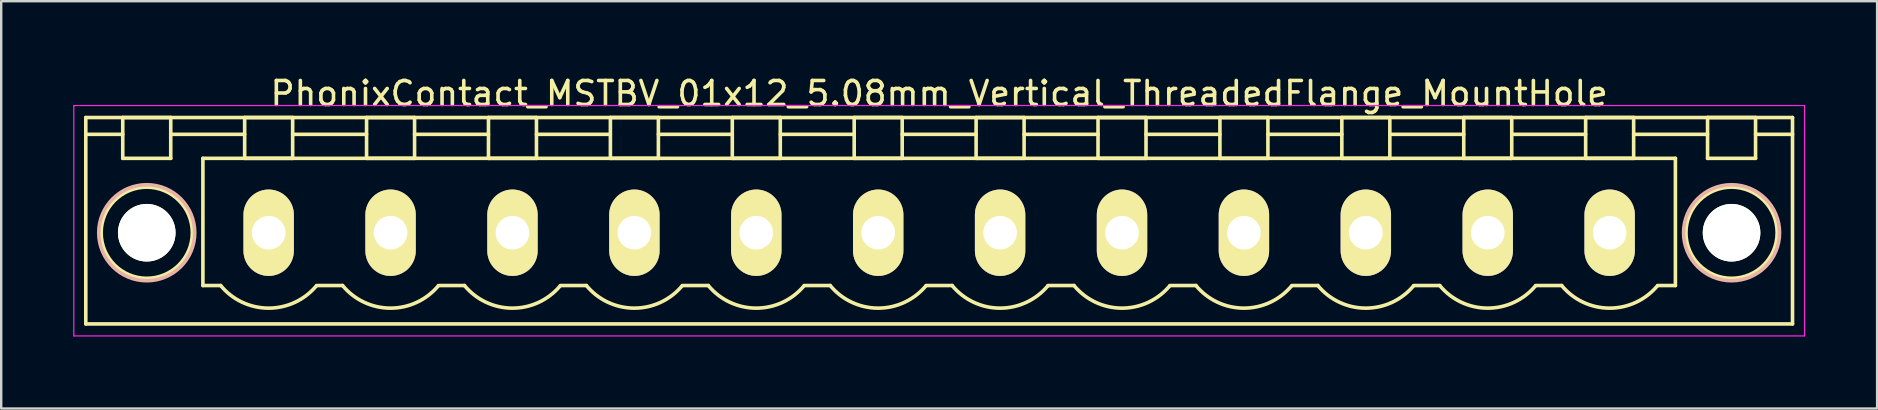
<source format=kicad_pcb>
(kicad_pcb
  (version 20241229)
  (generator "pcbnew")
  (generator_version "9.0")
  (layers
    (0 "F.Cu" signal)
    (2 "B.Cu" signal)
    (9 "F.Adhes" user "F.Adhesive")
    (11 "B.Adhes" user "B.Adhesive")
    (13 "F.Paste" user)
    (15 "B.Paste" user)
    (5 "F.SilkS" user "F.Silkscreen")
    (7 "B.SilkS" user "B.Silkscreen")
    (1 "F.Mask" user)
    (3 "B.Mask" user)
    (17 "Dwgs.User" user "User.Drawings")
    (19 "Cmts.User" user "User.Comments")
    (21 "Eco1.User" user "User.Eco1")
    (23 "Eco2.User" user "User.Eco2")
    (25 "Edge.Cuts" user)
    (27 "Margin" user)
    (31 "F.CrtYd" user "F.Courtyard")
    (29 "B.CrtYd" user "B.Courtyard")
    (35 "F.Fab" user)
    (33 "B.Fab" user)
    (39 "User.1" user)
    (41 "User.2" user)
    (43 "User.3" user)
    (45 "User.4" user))
  (footprint "PhonixContact_MSTBV_01x12_5.08mm_Vertical_ThreadedFlange_MountHole"
    (layer "F.Cu")
    (at 8.145 6.648)
    (property "Reference" "PhonixContact_MSTBV_01x12_5.08mm_Vertical_ThreadedFlange_MountHole" (at 27.94 -5.8 0) (layer "F.SilkS") (effects (font (size 1 1) (thickness 0.15))))
    (attr through_hole)
    (fp_line (start -7.62 -4.8) (end -7.62 3.8) (stroke (width 0.15) (type solid)) (layer "F.SilkS"))
    (fp_line (start -7.62 -4.1) (end -6.08 -4.1) (stroke (width 0.15) (type solid)) (layer "F.SilkS"))
    (fp_line (start -7.62 3.8) (end 63.5 3.8) (stroke (width 0.15) (type solid)) (layer "F.SilkS"))
    (fp_line (start -6.08 -4.8) (end -4.08 -4.8) (stroke (width 0.15) (type solid)) (layer "F.SilkS"))
    (fp_line (start -6.08 -3.1) (end -6.08 -4.8) (stroke (width 0.15) (type solid)) (layer "F.SilkS"))
    (fp_line (start -4.08 -4.8) (end -4.08 -3.1) (stroke (width 0.15) (type solid)) (layer "F.SilkS"))
    (fp_line (start -4.08 -4.1) (end -1 -4.1) (stroke (width 0.15) (type solid)) (layer "F.SilkS"))
    (fp_line (start -4.08 -3.1) (end -6.08 -3.1) (stroke (width 0.15) (type solid)) (layer "F.SilkS"))
    (fp_line (start -2.74 -3.1) (end 58.62 -3.1) (stroke (width 0.15) (type solid)) (layer "F.SilkS"))
    (fp_line (start -2.74 2.2) (end -2.74 -3.1) (stroke (width 0.15) (type solid)) (layer "F.SilkS"))
    (fp_line (start -2 2.2) (end -2.74 2.2) (stroke (width 0.15) (type solid)) (layer "F.SilkS"))
    (fp_line (start -1 -4.8) (end 1 -4.8) (stroke (width 0.15) (type solid)) (layer "F.SilkS"))
    (fp_line (start -1 -3.1) (end -1 -4.8) (stroke (width 0.15) (type solid)) (layer "F.SilkS"))
    (fp_line (start 1 -4.8) (end 1 -3.1) (stroke (width 0.15) (type solid)) (layer "F.SilkS"))
    (fp_line (start 1 -4.1) (end 4.08 -4.1) (stroke (width 0.15) (type solid)) (layer "F.SilkS"))
    (fp_line (start 1 -3.1) (end -1 -3.1) (stroke (width 0.15) (type solid)) (layer "F.SilkS"))
    (fp_line (start 2 2.2) (end 3.08 2.2) (stroke (width 0.15) (type solid)) (layer "F.SilkS"))
    (fp_line (start 4.08 -4.8) (end 6.08 -4.8) (stroke (width 0.15) (type solid)) (layer "F.SilkS"))
    (fp_line (start 4.08 -3.1) (end 4.08 -4.8) (stroke (width 0.15) (type solid)) (layer "F.SilkS"))
    (fp_line (start 6.08 -4.8) (end 6.08 -3.1) (stroke (width 0.15) (type solid)) (layer "F.SilkS"))
    (fp_line (start 6.08 -4.1) (end 9.16 -4.1) (stroke (width 0.15) (type solid)) (layer "F.SilkS"))
    (fp_line (start 6.08 -3.1) (end 4.08 -3.1) (stroke (width 0.15) (type solid)) (layer "F.SilkS"))
    (fp_line (start 7.08 2.2) (end 8.16 2.2) (stroke (width 0.15) (type solid)) (layer "F.SilkS"))
    (fp_line (start 9.16 -4.8) (end 11.16 -4.8) (stroke (width 0.15) (type solid)) (layer "F.SilkS"))
    (fp_line (start 9.16 -3.1) (end 9.16 -4.8) (stroke (width 0.15) (type solid)) (layer "F.SilkS"))
    (fp_line (start 11.16 -4.8) (end 11.16 -3.1) (stroke (width 0.15) (type solid)) (layer "F.SilkS"))
    (fp_line (start 11.16 -4.1) (end 14.24 -4.1) (stroke (width 0.15) (type solid)) (layer "F.SilkS"))
    (fp_line (start 11.16 -3.1) (end 9.16 -3.1) (stroke (width 0.15) (type solid)) (layer "F.SilkS"))
    (fp_line (start 12.16 2.2) (end 13.24 2.2) (stroke (width 0.15) (type solid)) (layer "F.SilkS"))
    (fp_line (start 14.24 -4.8) (end 16.24 -4.8) (stroke (width 0.15) (type solid)) (layer "F.SilkS"))
    (fp_line (start 14.24 -3.1) (end 14.24 -4.8) (stroke (width 0.15) (type solid)) (layer "F.SilkS"))
    (fp_line (start 16.24 -4.8) (end 16.24 -3.1) (stroke (width 0.15) (type solid)) (layer "F.SilkS"))
    (fp_line (start 16.24 -4.1) (end 19.32 -4.1) (stroke (width 0.15) (type solid)) (layer "F.SilkS"))
    (fp_line (start 16.24 -3.1) (end 14.24 -3.1) (stroke (width 0.15) (type solid)) (layer "F.SilkS"))
    (fp_line (start 17.24 2.2) (end 18.32 2.2) (stroke (width 0.15) (type solid)) (layer "F.SilkS"))
    (fp_line (start 19.32 -4.8) (end 21.32 -4.8) (stroke (width 0.15) (type solid)) (layer "F.SilkS"))
    (fp_line (start 19.32 -3.1) (end 19.32 -4.8) (stroke (width 0.15) (type solid)) (layer "F.SilkS"))
    (fp_line (start 21.32 -4.8) (end 21.32 -3.1) (stroke (width 0.15) (type solid)) (layer "F.SilkS"))
    (fp_line (start 21.32 -4.1) (end 24.4 -4.1) (stroke (width 0.15) (type solid)) (layer "F.SilkS"))
    (fp_line (start 21.32 -3.1) (end 19.32 -3.1) (stroke (width 0.15) (type solid)) (layer "F.SilkS"))
    (fp_line (start 22.32 2.2) (end 23.4 2.2) (stroke (width 0.15) (type solid)) (layer "F.SilkS"))
    (fp_line (start 24.4 -4.8) (end 26.4 -4.8) (stroke (width 0.15) (type solid)) (layer "F.SilkS"))
    (fp_line (start 24.4 -3.1) (end 24.4 -4.8) (stroke (width 0.15) (type solid)) (layer "F.SilkS"))
    (fp_line (start 26.4 -4.8) (end 26.4 -3.1) (stroke (width 0.15) (type solid)) (layer "F.SilkS"))
    (fp_line (start 26.4 -4.1) (end 29.48 -4.1) (stroke (width 0.15) (type solid)) (layer "F.SilkS"))
    (fp_line (start 26.4 -3.1) (end 24.4 -3.1) (stroke (width 0.15) (type solid)) (layer "F.SilkS"))
    (fp_line (start 27.4 2.2) (end 28.48 2.2) (stroke (width 0.15) (type solid)) (layer "F.SilkS"))
    (fp_line (start 29.48 -4.8) (end 31.48 -4.8) (stroke (width 0.15) (type solid)) (layer "F.SilkS"))
    (fp_line (start 29.48 -3.1) (end 29.48 -4.8) (stroke (width 0.15) (type solid)) (layer "F.SilkS"))
    (fp_line (start 31.48 -4.8) (end 31.48 -3.1) (stroke (width 0.15) (type solid)) (layer "F.SilkS"))
    (fp_line (start 31.48 -4.1) (end 34.56 -4.1) (stroke (width 0.15) (type solid)) (layer "F.SilkS"))
    (fp_line (start 31.48 -3.1) (end 29.48 -3.1) (stroke (width 0.15) (type solid)) (layer "F.SilkS"))
    (fp_line (start 32.48 2.2) (end 33.56 2.2) (stroke (width 0.15) (type solid)) (layer "F.SilkS"))
    (fp_line (start 34.56 -4.8) (end 36.56 -4.8) (stroke (width 0.15) (type solid)) (layer "F.SilkS"))
    (fp_line (start 34.56 -3.1) (end 34.56 -4.8) (stroke (width 0.15) (type solid)) (layer "F.SilkS"))
    (fp_line (start 36.56 -4.8) (end 36.56 -3.1) (stroke (width 0.15) (type solid)) (layer "F.SilkS"))
    (fp_line (start 36.56 -4.1) (end 39.64 -4.1) (stroke (width 0.15) (type solid)) (layer "F.SilkS"))
    (fp_line (start 36.56 -3.1) (end 34.56 -3.1) (stroke (width 0.15) (type solid)) (layer "F.SilkS"))
    (fp_line (start 37.56 2.2) (end 38.64 2.2) (stroke (width 0.15) (type solid)) (layer "F.SilkS"))
    (fp_line (start 39.64 -4.8) (end 41.64 -4.8) (stroke (width 0.15) (type solid)) (layer "F.SilkS"))
    (fp_line (start 39.64 -3.1) (end 39.64 -4.8) (stroke (width 0.15) (type solid)) (layer "F.SilkS"))
    (fp_line (start 41.64 -4.8) (end 41.64 -3.1) (stroke (width 0.15) (type solid)) (layer "F.SilkS"))
    (fp_line (start 41.64 -4.1) (end 44.72 -4.1) (stroke (width 0.15) (type solid)) (layer "F.SilkS"))
    (fp_line (start 41.64 -3.1) (end 39.64 -3.1) (stroke (width 0.15) (type solid)) (layer "F.SilkS"))
    (fp_line (start 42.64 2.2) (end 43.72 2.2) (stroke (width 0.15) (type solid)) (layer "F.SilkS"))
    (fp_line (start 44.72 -4.8) (end 46.72 -4.8) (stroke (width 0.15) (type solid)) (layer "F.SilkS"))
    (fp_line (start 44.72 -3.1) (end 44.72 -4.8) (stroke (width 0.15) (type solid)) (layer "F.SilkS"))
    (fp_line (start 46.72 -4.8) (end 46.72 -3.1) (stroke (width 0.15) (type solid)) (layer "F.SilkS"))
    (fp_line (start 46.72 -4.1) (end 49.8 -4.1) (stroke (width 0.15) (type solid)) (layer "F.SilkS"))
    (fp_line (start 46.72 -3.1) (end 44.72 -3.1) (stroke (width 0.15) (type solid)) (layer "F.SilkS"))
    (fp_line (start 47.72 2.2) (end 48.8 2.2) (stroke (width 0.15) (type solid)) (layer "F.SilkS"))
    (fp_line (start 49.8 -4.8) (end 51.8 -4.8) (stroke (width 0.15) (type solid)) (layer "F.SilkS"))
    (fp_line (start 49.8 -3.1) (end 49.8 -4.8) (stroke (width 0.15) (type solid)) (layer "F.SilkS"))
    (fp_line (start 51.8 -4.8) (end 51.8 -3.1) (stroke (width 0.15) (type solid)) (layer "F.SilkS"))
    (fp_line (start 51.8 -4.1) (end 54.88 -4.1) (stroke (width 0.15) (type solid)) (layer "F.SilkS"))
    (fp_line (start 51.8 -3.1) (end 49.8 -3.1) (stroke (width 0.15) (type solid)) (layer "F.SilkS"))
    (fp_line (start 52.8 2.2) (end 53.88 2.2) (stroke (width 0.15) (type solid)) (layer "F.SilkS"))
    (fp_line (start 54.88 -4.8) (end 56.88 -4.8) (stroke (width 0.15) (type solid)) (layer "F.SilkS"))
    (fp_line (start 54.88 -3.1) (end 54.88 -4.8) (stroke (width 0.15) (type solid)) (layer "F.SilkS"))
    (fp_line (start 56.88 -4.8) (end 56.88 -3.1) (stroke (width 0.15) (type solid)) (layer "F.SilkS"))
    (fp_line (start 56.88 -4.1) (end 59.96 -4.1) (stroke (width 0.15) (type solid)) (layer "F.SilkS"))
    (fp_line (start 56.88 -3.1) (end 54.88 -3.1) (stroke (width 0.15) (type solid)) (layer "F.SilkS"))
    (fp_line (start 58.62 -3.1) (end 58.62 2.2) (stroke (width 0.15) (type solid)) (layer "F.SilkS"))
    (fp_line (start 58.62 2.2) (end 57.88 2.2) (stroke (width 0.15) (type solid)) (layer "F.SilkS"))
    (fp_line (start 59.96 -4.8) (end 61.96 -4.8) (stroke (width 0.15) (type solid)) (layer "F.SilkS"))
    (fp_line (start 59.96 -3.1) (end 59.96 -4.8) (stroke (width 0.15) (type solid)) (layer "F.SilkS"))
    (fp_line (start 61.96 -4.8) (end 61.96 -3.1) (stroke (width 0.15) (type solid)) (layer "F.SilkS"))
    (fp_line (start 61.96 -3.1) (end 59.96 -3.1) (stroke (width 0.15) (type solid)) (layer "F.SilkS"))
    (fp_line (start 63.5 -4.8) (end -7.62 -4.8) (stroke (width 0.15) (type solid)) (layer "F.SilkS"))
    (fp_line (start 63.5 -4.1) (end 61.96 -4.1) (stroke (width 0.15) (type solid)) (layer "F.SilkS"))
    (fp_line (start 63.5 3.8) (end 63.5 -4.8) (stroke (width 0.15) (type solid)) (layer "F.SilkS"))
    (fp_arc (start 1.986842 2.215821) (mid -0.010289 3.142758) (end -2 2.2) (stroke (width 0.15) (type solid)) (layer "F.SilkS"))
    (fp_arc (start 7.066842 2.215821) (mid 5.069711 3.142758) (end 3.08 2.2) (stroke (width 0.15) (type solid)) (layer "F.SilkS"))
    (fp_arc (start 12.146842 2.215821) (mid 10.149711 3.142758) (end 8.16 2.2) (stroke (width 0.15) (type solid)) (layer "F.SilkS"))
    (fp_arc (start 17.226842 2.215821) (mid 15.229711 3.142758) (end 13.24 2.2) (stroke (width 0.15) (type solid)) (layer "F.SilkS"))
    (fp_arc (start 22.306842 2.215821) (mid 20.309711 3.142758) (end 18.32 2.2) (stroke (width 0.15) (type solid)) (layer "F.SilkS"))
    (fp_arc (start 27.386842 2.215821) (mid 25.389711 3.142758) (end 23.4 2.2) (stroke (width 0.15) (type solid)) (layer "F.SilkS"))
    (fp_arc (start 32.466842 2.215821) (mid 30.469711 3.142758) (end 28.48 2.2) (stroke (width 0.15) (type solid)) (layer "F.SilkS"))
    (fp_arc (start 37.546842 2.215821) (mid 35.549711 3.142758) (end 33.56 2.2) (stroke (width 0.15) (type solid)) (layer "F.SilkS"))
    (fp_arc (start 42.626842 2.215821) (mid 40.629711 3.142758) (end 38.64 2.2) (stroke (width 0.15) (type solid)) (layer "F.SilkS"))
    (fp_arc (start 47.706842 2.215821) (mid 45.709711 3.142758) (end 43.72 2.2) (stroke (width 0.15) (type solid)) (layer "F.SilkS"))
    (fp_arc (start 52.786842 2.215821) (mid 50.789711 3.142758) (end 48.8 2.2) (stroke (width 0.15) (type solid)) (layer "F.SilkS"))
    (fp_arc (start 57.866842 2.215821) (mid 55.869711 3.142758) (end 53.88 2.2) (stroke (width 0.15) (type solid)) (layer "F.SilkS"))
    (fp_circle (center -5.08 0) (end -4.08 0) (stroke (width 0.15) (type solid)) (fill no) (layer "F.SilkS"))
    (fp_circle (center -5.08 0) (end -3.18 0) (stroke (width 0.15) (type solid)) (fill no) (layer "F.SilkS"))
    (fp_circle (center 60.96 0) (end 61.96 0) (stroke (width 0.15) (type solid)) (fill no) (layer "F.SilkS"))
    (fp_circle (center 60.96 0) (end 62.86 0) (stroke (width 0.15) (type solid)) (fill no) (layer "F.SilkS"))
    (fp_circle (center -5.08 0) (end -3.08 0) (stroke (width 0.15) (type solid)) (fill no) (layer "B.SilkS"))
    (fp_circle (center 60.96 0) (end 62.96 0) (stroke (width 0.15) (type solid)) (fill no) (layer "B.SilkS"))
    (fp_line (start -8.12 -5.3) (end -8.12 4.3) (stroke (width 0.05) (type solid)) (layer "F.CrtYd"))
    (fp_line (start -8.12 4.3) (end 64 4.3) (stroke (width 0.05) (type solid)) (layer "F.CrtYd"))
    (fp_line (start 64 -5.3) (end -8.12 -5.3) (stroke (width 0.05) (type solid)) (layer "F.CrtYd"))
    (fp_line (start 64 4.3) (end 64 -5.3) (stroke (width 0.05) (type solid)) (layer "F.CrtYd"))
    (pad "" np_thru_hole circle (at -5.08 0) (size 2.4 2.4) (drill 2.4) (layers "*.Cu" "*.Mask" "F.SilkS"))
    (pad "" np_thru_hole circle (at 60.96 0) (size 2.4 2.4) (drill 2.4) (layers "*.Cu" "*.Mask" "F.SilkS"))
    (pad "1" thru_hole oval (at 0 0) (size 2.1 3.6) (drill 1.4) (layers "*.Cu" "*.Mask" "F.SilkS"))
    (pad "2" thru_hole oval (at 5.08 0) (size 2.1 3.6) (drill 1.4) (layers "*.Cu" "*.Mask" "F.SilkS"))
    (pad "3" thru_hole oval (at 10.16 0) (size 2.1 3.6) (drill 1.4) (layers "*.Cu" "*.Mask" "F.SilkS"))
    (pad "4" thru_hole oval (at 15.24 0) (size 2.1 3.6) (drill 1.4) (layers "*.Cu" "*.Mask" "F.SilkS"))
    (pad "5" thru_hole oval (at 20.32 0) (size 2.1 3.6) (drill 1.4) (layers "*.Cu" "*.Mask" "F.SilkS"))
    (pad "6" thru_hole oval (at 25.4 0) (size 2.1 3.6) (drill 1.4) (layers "*.Cu" "*.Mask" "F.SilkS"))
    (pad "7" thru_hole oval (at 30.48 0) (size 2.1 3.6) (drill 1.4) (layers "*.Cu" "*.Mask" "F.SilkS"))
    (pad "8" thru_hole oval (at 35.56 0) (size 2.1 3.6) (drill 1.4) (layers "*.Cu" "*.Mask" "F.SilkS"))
    (pad "9" thru_hole oval (at 40.64 0) (size 2.1 3.6) (drill 1.4) (layers "*.Cu" "*.Mask" "F.SilkS"))
    (pad "10" thru_hole oval (at 45.72 0) (size 2.1 3.6) (drill 1.4) (layers "*.Cu" "*.Mask" "F.SilkS"))
    (pad "11" thru_hole oval (at 50.8 0) (size 2.1 3.6) (drill 1.4) (layers "*.Cu" "*.Mask" "F.SilkS"))
    (pad "12" thru_hole oval (at 55.88 0) (size 2.1 3.6) (drill 1.4) (layers "*.Cu" "*.Mask" "F.SilkS")))
  (gr_rect
    (start -3 -3)
    (end 75.17 13.973)
    (stroke (width 0.1) (type default))
    (fill no)
    (layer "Edge.Cuts")))
</source>
